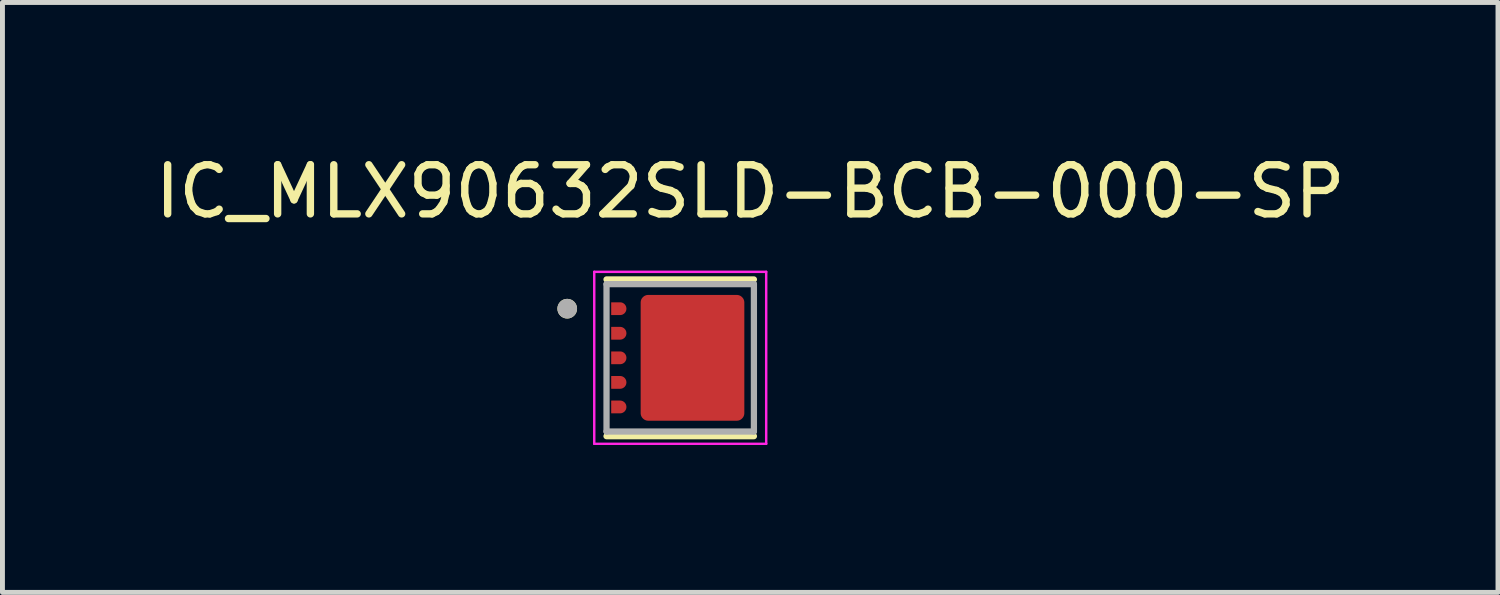
<source format=kicad_pcb>
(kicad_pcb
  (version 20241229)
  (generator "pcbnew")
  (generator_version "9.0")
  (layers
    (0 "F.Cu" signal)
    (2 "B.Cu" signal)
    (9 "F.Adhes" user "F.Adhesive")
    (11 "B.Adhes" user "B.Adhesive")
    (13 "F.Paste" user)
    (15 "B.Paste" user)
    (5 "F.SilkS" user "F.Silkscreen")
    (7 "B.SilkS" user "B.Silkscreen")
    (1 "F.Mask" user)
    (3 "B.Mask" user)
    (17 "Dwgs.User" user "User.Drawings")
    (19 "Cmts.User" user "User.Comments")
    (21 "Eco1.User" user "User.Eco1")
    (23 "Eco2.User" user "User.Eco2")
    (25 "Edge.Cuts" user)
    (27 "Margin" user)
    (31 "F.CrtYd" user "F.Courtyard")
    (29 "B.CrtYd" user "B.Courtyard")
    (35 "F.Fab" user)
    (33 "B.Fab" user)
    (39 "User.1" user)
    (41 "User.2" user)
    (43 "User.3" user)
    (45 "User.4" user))
  (footprint "IC_MLX90632SLD-BCB-000-SP"
    (layer "F.Cu")
    (at 10.795 4.233)
    (property "Reference" "IC_MLX90632SLD-BCB-000-SP" (at 1.425 -3.385 0) (layer "F.SilkS") (effects (font (size 1 1) (thickness 0.15))))
    (attr smd)
    (fp_poly (pts (xy -1.5 -1.125) (xy -0.95 -1.125) (xy -0.95 -0.875) (xy -1.5 -0.875)) (stroke (width 0.01) (type solid)) (fill yes) (layer "F.Mask"))
    (fp_poly (pts (xy -1.5 -0.625) (xy -0.95 -0.625) (xy -0.95 -0.375) (xy -1.5 -0.375)) (stroke (width 0.01) (type solid)) (fill yes) (layer "F.Mask"))
    (fp_poly (pts (xy -1.5 -0.125) (xy -0.95 -0.125) (xy -0.95 0.125) (xy -1.5 0.125)) (stroke (width 0.01) (type solid)) (fill yes) (layer "F.Mask"))
    (fp_poly (pts (xy -1.5 0.375) (xy -0.95 0.375) (xy -0.95 0.625) (xy -1.5 0.625)) (stroke (width 0.01) (type solid)) (fill yes) (layer "F.Mask"))
    (fp_poly (pts (xy -1.5 0.875) (xy -0.95 0.875) (xy -0.95 1.125) (xy -1.5 1.125)) (stroke (width 0.01) (type solid)) (fill yes) (layer "F.Mask"))
    (fp_poly (pts (xy -0.65 -1.125) (xy 1.15 -1.125) (xy 1.15 1.125) (xy -0.65 1.125)) (stroke (width 0.01) (type solid)) (fill yes) (layer "F.Mask"))
    (fp_line (start -1.5 1.595) (end 1.5 1.595) (stroke (width 0.127) (type solid)) (layer "F.SilkS"))
    (fp_line (start 1.5 -1.595) (end -1.5 -1.595) (stroke (width 0.127) (type solid)) (layer "F.SilkS"))
    (fp_circle (center -2.3 -1) (end -2.2 -1) (stroke (width 0.2) (type solid)) (fill no) (layer "F.SilkS"))
    (fp_poly (pts (xy -0.375 -1.125) (xy -0.125 -1.125) (xy -0.125 -0.875) (xy -0.375 -0.875)) (stroke (width 0.01) (type solid)) (fill yes) (layer "F.Paste"))
    (fp_poly (pts (xy -0.375 -0.625) (xy -0.125 -0.625) (xy -0.125 -0.375) (xy -0.375 -0.375)) (stroke (width 0.01) (type solid)) (fill yes) (layer "F.Paste"))
    (fp_poly (pts (xy -0.375 -0.125) (xy -0.125 -0.125) (xy -0.125 0.125) (xy -0.375 0.125)) (stroke (width 0.01) (type solid)) (fill yes) (layer "F.Paste"))
    (fp_poly (pts (xy -0.375 0.375) (xy -0.125 0.375) (xy -0.125 0.625) (xy -0.375 0.625)) (stroke (width 0.01) (type solid)) (fill yes) (layer "F.Paste"))
    (fp_poly (pts (xy -0.375 0.875) (xy -0.125 0.875) (xy -0.125 1.125) (xy -0.375 1.125)) (stroke (width 0.01) (type solid)) (fill yes) (layer "F.Paste"))
    (fp_poly (pts (xy 0.125 -0.625) (xy 0.375 -0.625) (xy 0.375 -0.375) (xy 0.125 -0.375)) (stroke (width 0.01) (type solid)) (fill yes) (layer "F.Paste"))
    (fp_poly (pts (xy 0.125 -0.125) (xy 0.375 -0.125) (xy 0.375 0.125) (xy 0.125 0.125)) (stroke (width 0.01) (type solid)) (fill yes) (layer "F.Paste"))
    (fp_poly (pts (xy 0.125 0.375) (xy 0.375 0.375) (xy 0.375 0.625) (xy 0.125 0.625)) (stroke (width 0.01) (type solid)) (fill yes) (layer "F.Paste"))
    (fp_poly (pts (xy 0.625 -1.125) (xy 0.875 -1.125) (xy 0.875 -0.875) (xy 0.625 -0.875)) (stroke (width 0.01) (type solid)) (fill yes) (layer "F.Paste"))
    (fp_poly (pts (xy 0.625 -0.625) (xy 0.875 -0.625) (xy 0.875 -0.375) (xy 0.625 -0.375)) (stroke (width 0.01) (type solid)) (fill yes) (layer "F.Paste"))
    (fp_poly (pts (xy 0.625 -0.125) (xy 0.875 -0.125) (xy 0.875 0.125) (xy 0.625 0.125)) (stroke (width 0.01) (type solid)) (fill yes) (layer "F.Paste"))
    (fp_poly (pts (xy 0.625 0.375) (xy 0.875 0.375) (xy 0.875 0.625) (xy 0.625 0.625)) (stroke (width 0.01) (type solid)) (fill yes) (layer "F.Paste"))
    (fp_poly (pts (xy 0.625 0.875) (xy 0.875 0.875) (xy 0.875 1.125) (xy 0.625 1.125)) (stroke (width 0.01) (type solid)) (fill yes) (layer "F.Paste"))
    (fp_poly (pts (xy -1.4 -1.125) (xy -1.4 -0.875) (xy -1.225 -0.875) (xy -1.218 -0.875) (xy -1.212 -0.876) (xy -1.205 -0.877) (xy -1.199 -0.878) (xy -1.193 -0.879) (xy -1.186 -0.881) (xy -1.18 -0.883) (xy -1.174 -0.886) (xy -1.168 -0.889) (xy -1.163 -0.892) (xy -1.157 -0.895) (xy -1.152 -0.899) (xy -1.146 -0.903) (xy -1.141 -0.907) (xy -1.137 -0.912) (xy -1.132 -0.916) (xy -1.128 -0.921) (xy -1.124 -0.927) (xy -1.12 -0.932) (xy -1.117 -0.938) (xy -1.114 -0.943) (xy -1.111 -0.949) (xy -1.108 -0.955) (xy -1.106 -0.961) (xy -1.104 -0.968) (xy -1.103 -0.974) (xy -1.102 -0.98) (xy -1.101 -0.987) (xy -1.1 -0.993) (xy -1.1 -1) (xy -1.1 -1.007) (xy -1.101 -1.013) (xy -1.102 -1.02) (xy -1.103 -1.026) (xy -1.104 -1.032) (xy -1.106 -1.039) (xy -1.108 -1.045) (xy -1.111 -1.051) (xy -1.114 -1.057) (xy -1.117 -1.063) (xy -1.12 -1.068) (xy -1.124 -1.073) (xy -1.128 -1.079) (xy -1.132 -1.084) (xy -1.137 -1.088) (xy -1.141 -1.093) (xy -1.146 -1.097) (xy -1.152 -1.101) (xy -1.157 -1.105) (xy -1.163 -1.108) (xy -1.168 -1.111) (xy -1.174 -1.114) (xy -1.18 -1.117) (xy -1.186 -1.119) (xy -1.193 -1.121) (xy -1.199 -1.122) (xy -1.205 -1.123) (xy -1.212 -1.124) (xy -1.218 -1.125) (xy -1.225 -1.125) (xy -1.4 -1.125)) (stroke (width 0.01) (type solid)) (fill yes) (layer "F.Paste"))
    (fp_poly (pts (xy -1.4 -0.625) (xy -1.4 -0.375) (xy -1.225 -0.375) (xy -1.218 -0.375) (xy -1.212 -0.376) (xy -1.205 -0.377) (xy -1.199 -0.378) (xy -1.193 -0.379) (xy -1.186 -0.381) (xy -1.18 -0.383) (xy -1.174 -0.386) (xy -1.168 -0.389) (xy -1.163 -0.392) (xy -1.157 -0.395) (xy -1.152 -0.399) (xy -1.146 -0.403) (xy -1.141 -0.407) (xy -1.137 -0.412) (xy -1.132 -0.416) (xy -1.128 -0.421) (xy -1.124 -0.427) (xy -1.12 -0.432) (xy -1.117 -0.438) (xy -1.114 -0.443) (xy -1.111 -0.449) (xy -1.108 -0.455) (xy -1.106 -0.461) (xy -1.104 -0.468) (xy -1.103 -0.474) (xy -1.102 -0.48) (xy -1.101 -0.487) (xy -1.1 -0.493) (xy -1.1 -0.5) (xy -1.1 -0.507) (xy -1.101 -0.513) (xy -1.102 -0.52) (xy -1.103 -0.526) (xy -1.104 -0.532) (xy -1.106 -0.539) (xy -1.108 -0.545) (xy -1.111 -0.551) (xy -1.114 -0.557) (xy -1.117 -0.563) (xy -1.12 -0.568) (xy -1.124 -0.573) (xy -1.128 -0.579) (xy -1.132 -0.584) (xy -1.137 -0.588) (xy -1.141 -0.593) (xy -1.146 -0.597) (xy -1.152 -0.601) (xy -1.157 -0.605) (xy -1.163 -0.608) (xy -1.168 -0.611) (xy -1.174 -0.614) (xy -1.18 -0.617) (xy -1.186 -0.619) (xy -1.193 -0.621) (xy -1.199 -0.622) (xy -1.205 -0.623) (xy -1.212 -0.624) (xy -1.218 -0.625) (xy -1.225 -0.625) (xy -1.4 -0.625)) (stroke (width 0.01) (type solid)) (fill yes) (layer "F.Paste"))
    (fp_poly (pts (xy -1.4 -0.125) (xy -1.4 0.125) (xy -1.225 0.125) (xy -1.218 0.125) (xy -1.212 0.124) (xy -1.205 0.123) (xy -1.199 0.122) (xy -1.193 0.121) (xy -1.186 0.119) (xy -1.18 0.117) (xy -1.174 0.114) (xy -1.168 0.111) (xy -1.163 0.108) (xy -1.157 0.105) (xy -1.152 0.101) (xy -1.146 0.097) (xy -1.141 0.093) (xy -1.137 0.088) (xy -1.132 0.084) (xy -1.128 0.079) (xy -1.124 0.073) (xy -1.12 0.068) (xy -1.117 0.062) (xy -1.114 0.057) (xy -1.111 0.051) (xy -1.108 0.045) (xy -1.106 0.039) (xy -1.104 0.032) (xy -1.103 0.026) (xy -1.102 0.02) (xy -1.101 0.013) (xy -1.1 0.007) (xy -1.1 0) (xy -1.1 -0.007) (xy -1.101 -0.013) (xy -1.102 -0.02) (xy -1.103 -0.026) (xy -1.104 -0.032) (xy -1.106 -0.039) (xy -1.108 -0.045) (xy -1.111 -0.051) (xy -1.114 -0.057) (xy -1.117 -0.062) (xy -1.12 -0.068) (xy -1.124 -0.073) (xy -1.128 -0.079) (xy -1.132 -0.084) (xy -1.137 -0.088) (xy -1.141 -0.093) (xy -1.146 -0.097) (xy -1.152 -0.101) (xy -1.157 -0.105) (xy -1.163 -0.108) (xy -1.168 -0.111) (xy -1.174 -0.114) (xy -1.18 -0.117) (xy -1.186 -0.119) (xy -1.193 -0.121) (xy -1.199 -0.122) (xy -1.205 -0.123) (xy -1.212 -0.124) (xy -1.218 -0.125) (xy -1.225 -0.125) (xy -1.4 -0.125)) (stroke (width 0.01) (type solid)) (fill yes) (layer "F.Paste"))
    (fp_poly (pts (xy -1.4 0.375) (xy -1.4 0.625) (xy -1.225 0.625) (xy -1.218 0.625) (xy -1.212 0.624) (xy -1.205 0.623) (xy -1.199 0.622) (xy -1.193 0.621) (xy -1.186 0.619) (xy -1.18 0.617) (xy -1.174 0.614) (xy -1.168 0.611) (xy -1.163 0.608) (xy -1.157 0.605) (xy -1.152 0.601) (xy -1.146 0.597) (xy -1.141 0.593) (xy -1.137 0.588) (xy -1.132 0.584) (xy -1.128 0.579) (xy -1.124 0.573) (xy -1.12 0.568) (xy -1.117 0.563) (xy -1.114 0.557) (xy -1.111 0.551) (xy -1.108 0.545) (xy -1.106 0.539) (xy -1.104 0.532) (xy -1.103 0.526) (xy -1.102 0.52) (xy -1.101 0.513) (xy -1.1 0.507) (xy -1.1 0.5) (xy -1.1 0.493) (xy -1.101 0.487) (xy -1.102 0.48) (xy -1.103 0.474) (xy -1.104 0.468) (xy -1.106 0.461) (xy -1.108 0.455) (xy -1.111 0.449) (xy -1.114 0.443) (xy -1.117 0.438) (xy -1.12 0.432) (xy -1.124 0.427) (xy -1.128 0.421) (xy -1.132 0.416) (xy -1.137 0.412) (xy -1.141 0.407) (xy -1.146 0.403) (xy -1.152 0.399) (xy -1.157 0.395) (xy -1.163 0.392) (xy -1.168 0.389) (xy -1.174 0.386) (xy -1.18 0.383) (xy -1.186 0.381) (xy -1.193 0.379) (xy -1.199 0.378) (xy -1.205 0.377) (xy -1.212 0.376) (xy -1.218 0.375) (xy -1.225 0.375) (xy -1.4 0.375)) (stroke (width 0.01) (type solid)) (fill yes) (layer "F.Paste"))
    (fp_poly (pts (xy -1.4 0.875) (xy -1.4 1.125) (xy -1.225 1.125) (xy -1.218 1.125) (xy -1.212 1.124) (xy -1.205 1.123) (xy -1.199 1.122) (xy -1.193 1.121) (xy -1.186 1.119) (xy -1.18 1.117) (xy -1.174 1.114) (xy -1.168 1.111) (xy -1.163 1.108) (xy -1.157 1.105) (xy -1.152 1.101) (xy -1.146 1.097) (xy -1.141 1.093) (xy -1.137 1.088) (xy -1.132 1.084) (xy -1.128 1.079) (xy -1.124 1.073) (xy -1.12 1.068) (xy -1.117 1.063) (xy -1.114 1.057) (xy -1.111 1.051) (xy -1.108 1.045) (xy -1.106 1.039) (xy -1.104 1.032) (xy -1.103 1.026) (xy -1.102 1.02) (xy -1.101 1.013) (xy -1.1 1.007) (xy -1.1 1) (xy -1.1 0.993) (xy -1.101 0.987) (xy -1.102 0.98) (xy -1.103 0.974) (xy -1.104 0.968) (xy -1.106 0.961) (xy -1.108 0.955) (xy -1.111 0.949) (xy -1.114 0.943) (xy -1.117 0.938) (xy -1.12 0.932) (xy -1.124 0.927) (xy -1.128 0.921) (xy -1.132 0.916) (xy -1.137 0.912) (xy -1.141 0.907) (xy -1.146 0.903) (xy -1.152 0.899) (xy -1.157 0.895) (xy -1.163 0.892) (xy -1.168 0.889) (xy -1.174 0.886) (xy -1.18 0.883) (xy -1.186 0.881) (xy -1.193 0.879) (xy -1.199 0.878) (xy -1.205 0.877) (xy -1.212 0.876) (xy -1.218 0.875) (xy -1.225 0.875) (xy -1.4 0.875)) (stroke (width 0.01) (type solid)) (fill yes) (layer "F.Paste"))
    (fp_line (start -1.75 -1.75) (end -1.75 1.75) (stroke (width 0.05) (type solid)) (layer "F.CrtYd"))
    (fp_line (start -1.75 1.75) (end 1.75 1.75) (stroke (width 0.05) (type solid)) (layer "F.CrtYd"))
    (fp_line (start 1.75 -1.75) (end -1.75 -1.75) (stroke (width 0.05) (type solid)) (layer "F.CrtYd"))
    (fp_line (start 1.75 1.75) (end 1.75 -1.75) (stroke (width 0.05) (type solid)) (layer "F.CrtYd"))
    (fp_line (start -1.5 -1.5) (end -1.5 1.5) (stroke (width 0.127) (type solid)) (layer "F.Fab"))
    (fp_line (start -1.5 1.5) (end 1.5 1.5) (stroke (width 0.127) (type solid)) (layer "F.Fab"))
    (fp_line (start 1.5 -1.5) (end -1.5 -1.5) (stroke (width 0.127) (type solid)) (layer "F.Fab"))
    (fp_line (start 1.5 1.5) (end 1.5 -1.5) (stroke (width 0.127) (type solid)) (layer "F.Fab"))
    (fp_circle (center -2.3 -1) (end -2.2 -1) (stroke (width 0.2) (type solid)) (fill no) (layer "F.Fab"))
    (pad "1" smd custom (at -1.25 -1) (size 0.1 0.1) (layers "F.Cu") (options (anchor rect)) (primitives (gr_poly (pts (xy -0.15 -0.125) (xy -0.15 0.125) (xy 0.025 0.125) (xy 0.032 0.125) (xy 0.038 0.124) (xy 0.045 0.123) (xy 0.051 0.122) (xy 0.057 0.121) (xy 0.064 0.119) (xy 0.07 0.117) (xy 0.076 0.114) (xy 0.082 0.111) (xy 0.087 0.108) (xy 0.093 0.105) (xy 0.098 0.101) (xy 0.104 0.097) (xy 0.109 0.093) (xy 0.113 0.088) (xy 0.118 0.084) (xy 0.122 0.079) (xy 0.126 0.073) (xy 0.13 0.068) (xy 0.133 0.062) (xy 0.136 0.057) (xy 0.139 0.051) (xy 0.142 0.045) (xy 0.144 0.039) (xy 0.146 0.032) (xy 0.147 0.026) (xy 0.148 0.02) (xy 0.149 0.013) (xy 0.15 0.007) (xy 0.15 0) (xy 0.15 -0.007) (xy 0.149 -0.013) (xy 0.148 -0.02) (xy 0.147 -0.026) (xy 0.146 -0.032) (xy 0.144 -0.039) (xy 0.142 -0.045) (xy 0.139 -0.051) (xy 0.136 -0.057) (xy 0.133 -0.063) (xy 0.13 -0.068) (xy 0.126 -0.073) (xy 0.122 -0.079) (xy 0.118 -0.084) (xy 0.113 -0.088) (xy 0.109 -0.093) (xy 0.104 -0.097) (xy 0.098 -0.101) (xy 0.093 -0.105) (xy 0.087 -0.108) (xy 0.082 -0.111) (xy 0.076 -0.114) (xy 0.07 -0.117) (xy 0.064 -0.119) (xy 0.057 -0.121) (xy 0.051 -0.122) (xy 0.045 -0.123) (xy 0.038 -0.124) (xy 0.032 -0.125) (xy 0.025 -0.125) (xy -0.15 -0.125)) (width 0.01) (fill yes))))
    (pad "2" smd custom (at -1.25 -0.5) (size 0.1 0.1) (layers "F.Cu") (options (anchor rect)) (primitives (gr_poly (pts (xy -0.15 -0.125) (xy -0.15 0.125) (xy 0.025 0.125) (xy 0.032 0.125) (xy 0.038 0.124) (xy 0.045 0.123) (xy 0.051 0.122) (xy 0.057 0.121) (xy 0.064 0.119) (xy 0.07 0.117) (xy 0.076 0.114) (xy 0.082 0.111) (xy 0.087 0.108) (xy 0.093 0.105) (xy 0.098 0.101) (xy 0.104 0.097) (xy 0.109 0.093) (xy 0.113 0.088) (xy 0.118 0.084) (xy 0.122 0.079) (xy 0.126 0.073) (xy 0.13 0.068) (xy 0.133 0.062) (xy 0.136 0.057) (xy 0.139 0.051) (xy 0.142 0.045) (xy 0.144 0.039) (xy 0.146 0.032) (xy 0.147 0.026) (xy 0.148 0.02) (xy 0.149 0.013) (xy 0.15 0.007) (xy 0.15 0) (xy 0.15 -0.007) (xy 0.149 -0.013) (xy 0.148 -0.02) (xy 0.147 -0.026) (xy 0.146 -0.032) (xy 0.144 -0.039) (xy 0.142 -0.045) (xy 0.139 -0.051) (xy 0.136 -0.057) (xy 0.133 -0.063) (xy 0.13 -0.068) (xy 0.126 -0.073) (xy 0.122 -0.079) (xy 0.118 -0.084) (xy 0.113 -0.088) (xy 0.109 -0.093) (xy 0.104 -0.097) (xy 0.098 -0.101) (xy 0.093 -0.105) (xy 0.087 -0.108) (xy 0.082 -0.111) (xy 0.076 -0.114) (xy 0.07 -0.117) (xy 0.064 -0.119) (xy 0.057 -0.121) (xy 0.051 -0.122) (xy 0.045 -0.123) (xy 0.038 -0.124) (xy 0.032 -0.125) (xy 0.025 -0.125) (xy -0.15 -0.125)) (width 0.01) (fill yes))))
    (pad "3" smd custom (at -1.25 0) (size 0.1 0.1) (layers "F.Cu") (options (anchor rect)) (primitives (gr_poly (pts (xy -0.15 -0.125) (xy -0.15 0.125) (xy 0.025 0.125) (xy 0.032 0.125) (xy 0.038 0.124) (xy 0.045 0.123) (xy 0.051 0.122) (xy 0.057 0.121) (xy 0.064 0.119) (xy 0.07 0.117) (xy 0.076 0.114) (xy 0.082 0.111) (xy 0.087 0.108) (xy 0.093 0.105) (xy 0.098 0.101) (xy 0.104 0.097) (xy 0.109 0.093) (xy 0.113 0.088) (xy 0.118 0.084) (xy 0.122 0.079) (xy 0.126 0.073) (xy 0.13 0.068) (xy 0.133 0.062) (xy 0.136 0.057) (xy 0.139 0.051) (xy 0.142 0.045) (xy 0.144 0.039) (xy 0.146 0.032) (xy 0.147 0.026) (xy 0.148 0.02) (xy 0.149 0.013) (xy 0.15 0.007) (xy 0.15 0) (xy 0.15 -0.007) (xy 0.149 -0.013) (xy 0.148 -0.02) (xy 0.147 -0.026) (xy 0.146 -0.032) (xy 0.144 -0.039) (xy 0.142 -0.045) (xy 0.139 -0.051) (xy 0.136 -0.057) (xy 0.133 -0.062) (xy 0.13 -0.068) (xy 0.126 -0.073) (xy 0.122 -0.079) (xy 0.118 -0.084) (xy 0.113 -0.088) (xy 0.109 -0.093) (xy 0.104 -0.097) (xy 0.098 -0.101) (xy 0.093 -0.105) (xy 0.087 -0.108) (xy 0.082 -0.111) (xy 0.076 -0.114) (xy 0.07 -0.117) (xy 0.064 -0.119) (xy 0.057 -0.121) (xy 0.051 -0.122) (xy 0.045 -0.123) (xy 0.038 -0.124) (xy 0.032 -0.125) (xy 0.025 -0.125) (xy -0.15 -0.125)) (width 0.01) (fill yes))))
    (pad "4" smd custom (at -1.25 0.5) (size 0.1 0.1) (layers "F.Cu") (options (anchor rect)) (primitives (gr_poly (pts (xy -0.15 -0.125) (xy -0.15 0.125) (xy 0.025 0.125) (xy 0.032 0.125) (xy 0.038 0.124) (xy 0.045 0.123) (xy 0.051 0.122) (xy 0.057 0.121) (xy 0.064 0.119) (xy 0.07 0.117) (xy 0.076 0.114) (xy 0.082 0.111) (xy 0.087 0.108) (xy 0.093 0.105) (xy 0.098 0.101) (xy 0.104 0.097) (xy 0.109 0.093) (xy 0.113 0.088) (xy 0.118 0.084) (xy 0.122 0.079) (xy 0.126 0.073) (xy 0.13 0.068) (xy 0.133 0.063) (xy 0.136 0.057) (xy 0.139 0.051) (xy 0.142 0.045) (xy 0.144 0.039) (xy 0.146 0.032) (xy 0.147 0.026) (xy 0.148 0.02) (xy 0.149 0.013) (xy 0.15 0.007) (xy 0.15 0) (xy 0.15 -0.007) (xy 0.149 -0.013) (xy 0.148 -0.02) (xy 0.147 -0.026) (xy 0.146 -0.032) (xy 0.144 -0.039) (xy 0.142 -0.045) (xy 0.139 -0.051) (xy 0.136 -0.057) (xy 0.133 -0.062) (xy 0.13 -0.068) (xy 0.126 -0.073) (xy 0.122 -0.079) (xy 0.118 -0.084) (xy 0.113 -0.088) (xy 0.109 -0.093) (xy 0.104 -0.097) (xy 0.098 -0.101) (xy 0.093 -0.105) (xy 0.087 -0.108) (xy 0.082 -0.111) (xy 0.076 -0.114) (xy 0.07 -0.117) (xy 0.064 -0.119) (xy 0.057 -0.121) (xy 0.051 -0.122) (xy 0.045 -0.123) (xy 0.038 -0.124) (xy 0.032 -0.125) (xy 0.025 -0.125) (xy -0.15 -0.125)) (width 0.01) (fill yes))))
    (pad "5" smd custom (at -1.25 1) (size 0.1 0.1) (layers "F.Cu") (options (anchor rect)) (primitives (gr_poly (pts (xy -0.15 -0.125) (xy -0.15 0.125) (xy 0.025 0.125) (xy 0.032 0.125) (xy 0.038 0.124) (xy 0.045 0.123) (xy 0.051 0.122) (xy 0.057 0.121) (xy 0.064 0.119) (xy 0.07 0.117) (xy 0.076 0.114) (xy 0.082 0.111) (xy 0.087 0.108) (xy 0.093 0.105) (xy 0.098 0.101) (xy 0.104 0.097) (xy 0.109 0.093) (xy 0.113 0.088) (xy 0.118 0.084) (xy 0.122 0.079) (xy 0.126 0.073) (xy 0.13 0.068) (xy 0.133 0.063) (xy 0.136 0.057) (xy 0.139 0.051) (xy 0.142 0.045) (xy 0.144 0.039) (xy 0.146 0.032) (xy 0.147 0.026) (xy 0.148 0.02) (xy 0.149 0.013) (xy 0.15 0.007) (xy 0.15 0) (xy 0.15 -0.007) (xy 0.149 -0.013) (xy 0.148 -0.02) (xy 0.147 -0.026) (xy 0.146 -0.032) (xy 0.144 -0.039) (xy 0.142 -0.045) (xy 0.139 -0.051) (xy 0.136 -0.057) (xy 0.133 -0.062) (xy 0.13 -0.068) (xy 0.126 -0.073) (xy 0.122 -0.079) (xy 0.118 -0.084) (xy 0.113 -0.088) (xy 0.109 -0.093) (xy 0.104 -0.097) (xy 0.098 -0.101) (xy 0.093 -0.105) (xy 0.087 -0.108) (xy 0.082 -0.111) (xy 0.076 -0.114) (xy 0.07 -0.117) (xy 0.064 -0.119) (xy 0.057 -0.121) (xy 0.051 -0.122) (xy 0.045 -0.123) (xy 0.038 -0.124) (xy 0.032 -0.125) (xy 0.025 -0.125) (xy -0.15 -0.125)) (width 0.01) (fill yes))))
    (pad "6" smd custom (at 0.25 0) (size 0.1 0.1) (layers "F.Cu") (options (anchor rect)) (primitives (gr_poly (pts (xy -1.05 -1.125) (xy -1.05 -1.133) (xy -1.049 -1.141) (xy -1.048 -1.148) (xy -1.047 -1.156) (xy -1.045 -1.164) (xy -1.043 -1.171) (xy -1.04 -1.179) (xy -1.037 -1.186) (xy -1.034 -1.193) (xy -1.03 -1.2) (xy -1.026 -1.207) (xy -1.021 -1.213) (xy -1.017 -1.219) (xy -1.011 -1.225) (xy -1.006 -1.231) (xy -1 -1.236) (xy -0.994 -1.242) (xy -0.988 -1.246) (xy -0.982 -1.251) (xy -0.975 -1.255) (xy -0.968 -1.259) (xy -0.961 -1.262) (xy -0.954 -1.265) (xy -0.946 -1.268) (xy -0.939 -1.27) (xy -0.931 -1.272) (xy -0.923 -1.273) (xy -0.916 -1.274) (xy -0.908 -1.275) (xy -0.9 -1.275) (xy 0.9 -1.275) (xy 0.908 -1.275) (xy 0.916 -1.274) (xy 0.923 -1.273) (xy 0.931 -1.272) (xy 0.939 -1.27) (xy 0.946 -1.268) (xy 0.954 -1.265) (xy 0.961 -1.262) (xy 0.968 -1.259) (xy 0.975 -1.255) (xy 0.982 -1.251) (xy 0.988 -1.246) (xy 0.994 -1.242) (xy 1 -1.236) (xy 1.006 -1.231) (xy 1.011 -1.225) (xy 1.017 -1.219) (xy 1.021 -1.213) (xy 1.026 -1.207) (xy 1.03 -1.2) (xy 1.034 -1.193) (xy 1.037 -1.186) (xy 1.04 -1.179) (xy 1.043 -1.171) (xy 1.045 -1.164) (xy 1.047 -1.156) (xy 1.048 -1.148) (xy 1.049 -1.141) (xy 1.05 -1.133) (xy 1.05 -1.125) (xy 1.05 1.125) (xy 1.05 1.133) (xy 1.049 1.141) (xy 1.048 1.148) (xy 1.047 1.156) (xy 1.045 1.164) (xy 1.043 1.171) (xy 1.04 1.179) (xy 1.037 1.186) (xy 1.034 1.193) (xy 1.03 1.2) (xy 1.026 1.207) (xy 1.021 1.213) (xy 1.017 1.219) (xy 1.011 1.225) (xy 1.006 1.231) (xy 1 1.236) (xy 0.994 1.242) (xy 0.988 1.246) (xy 0.982 1.251) (xy 0.975 1.255) (xy 0.968 1.259) (xy 0.961 1.262) (xy 0.954 1.265) (xy 0.946 1.268) (xy 0.939 1.27) (xy 0.931 1.272) (xy 0.923 1.273) (xy 0.916 1.274) (xy 0.908 1.275) (xy 0.9 1.275) (xy -0.9 1.275) (xy -0.908 1.275) (xy -0.916 1.274) (xy -0.923 1.273) (xy -0.931 1.272) (xy -0.939 1.27) (xy -0.946 1.268) (xy -0.954 1.265) (xy -0.961 1.262) (xy -0.968 1.259) (xy -0.975 1.255) (xy -0.982 1.251) (xy -0.988 1.246) (xy -0.994 1.242) (xy -1 1.236) (xy -1.006 1.231) (xy -1.011 1.225) (xy -1.017 1.219) (xy -1.021 1.213) (xy -1.026 1.207) (xy -1.03 1.2) (xy -1.034 1.193) (xy -1.037 1.186) (xy -1.04 1.179) (xy -1.043 1.171) (xy -1.045 1.164) (xy -1.047 1.156) (xy -1.048 1.148) (xy -1.049 1.141) (xy -1.05 1.133) (xy -1.05 1.125) (xy -1.05 -1.125)) (width 0.01) (fill yes)))))
  (gr_rect
    (start -3 -3)
    (end 27.44 9.008)
    (stroke (width 0.1) (type default))
    (fill no)
    (layer "Edge.Cuts")))
</source>
